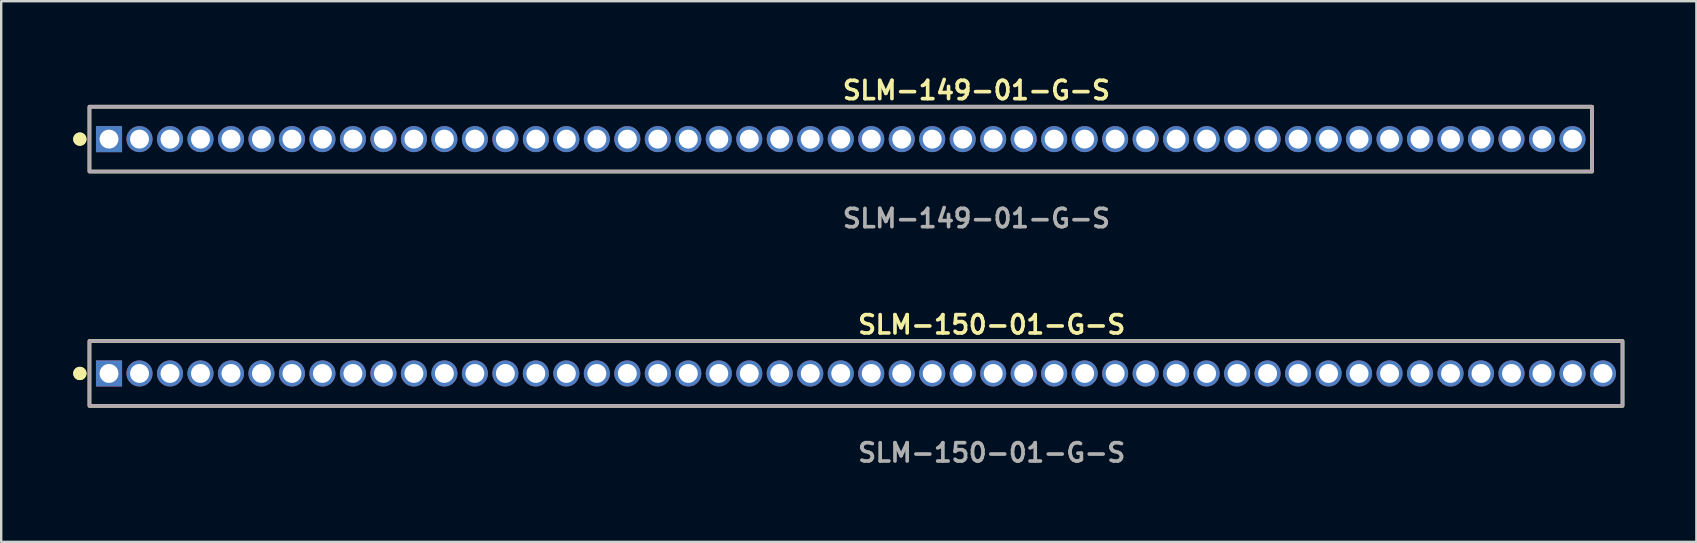
<source format=kicad_pcb>
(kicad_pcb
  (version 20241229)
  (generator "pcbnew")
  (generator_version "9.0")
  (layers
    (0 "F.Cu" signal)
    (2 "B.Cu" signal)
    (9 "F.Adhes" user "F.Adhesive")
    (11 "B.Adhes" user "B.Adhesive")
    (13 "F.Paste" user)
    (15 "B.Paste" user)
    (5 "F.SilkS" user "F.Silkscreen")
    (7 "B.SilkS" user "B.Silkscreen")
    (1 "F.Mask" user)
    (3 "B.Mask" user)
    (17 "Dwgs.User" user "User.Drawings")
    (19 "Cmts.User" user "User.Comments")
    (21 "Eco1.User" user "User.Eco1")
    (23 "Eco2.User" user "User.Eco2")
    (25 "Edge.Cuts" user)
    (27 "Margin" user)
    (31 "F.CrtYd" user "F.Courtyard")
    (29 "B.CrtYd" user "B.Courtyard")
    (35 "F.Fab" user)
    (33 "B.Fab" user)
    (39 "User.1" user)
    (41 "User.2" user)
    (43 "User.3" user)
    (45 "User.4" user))
  (footprint "SLM-149-01-G-S"
    (layer "F.Cu")
    (at 31.971 2.745)
    (property "Reference" "SLM-149-01-G-S" (at 0 -2.032 0) (unlocked yes) (layer "F.SilkS") (effects (font (size 0.762 0.762) (thickness 0.152)) (justify left)))
    (fp_rect (start -31.295 1.35) (end 31.295 -1.35) (stroke (width 0.152) (type solid)) (fill no) (layer "F.SilkS"))
    (fp_circle (center -31.695 0) (end -31.895 0) (stroke (width 0.152) (type solid)) (fill yes) (layer "F.SilkS"))
    (fp_circle (center -31.695 0) (end -31.895 0) (stroke (width 0.152) (type solid)) (fill yes) (layer "F.SilkS"))
    (fp_rect (start -31.295 1.35) (end 31.295 -1.35) (stroke (width 0.006) (type solid)) (fill no) (layer "F.CrtYd"))
    (fp_rect (start -31.295 1.35) (end 31.295 -1.35) (stroke (width 0.152) (type solid)) (fill no) (layer "F.Fab"))
    (fp_text user "${REFERENCE}" (at 0 3.302 0) (unlocked yes) (layer "F.Fab") (effects (font (size 0.762 0.762) (thickness 0.152)) (justify left)))
    (pad "1" thru_hole rect (at -30.48 0) (size 1.087 1.087) (drill 0.787) (layers "*.Cu" "*.Mask"))
    (pad "2" thru_hole circle (at -29.21 0) (size 1.087 1.087) (drill 0.787) (layers "*.Cu" "*.Mask"))
    (pad "3" thru_hole circle (at -27.94 0) (size 1.087 1.087) (drill 0.787) (layers "*.Cu" "*.Mask"))
    (pad "4" thru_hole circle (at -26.67 0) (size 1.087 1.087) (drill 0.787) (layers "*.Cu" "*.Mask"))
    (pad "5" thru_hole circle (at -25.4 0) (size 1.087 1.087) (drill 0.787) (layers "*.Cu" "*.Mask"))
    (pad "6" thru_hole circle (at -24.13 0) (size 1.087 1.087) (drill 0.787) (layers "*.Cu" "*.Mask"))
    (pad "7" thru_hole circle (at -22.86 0) (size 1.087 1.087) (drill 0.787) (layers "*.Cu" "*.Mask"))
    (pad "8" thru_hole circle (at -21.59 0) (size 1.087 1.087) (drill 0.787) (layers "*.Cu" "*.Mask"))
    (pad "9" thru_hole circle (at -20.32 0) (size 1.087 1.087) (drill 0.787) (layers "*.Cu" "*.Mask"))
    (pad "10" thru_hole circle (at -19.05 0) (size 1.087 1.087) (drill 0.787) (layers "*.Cu" "*.Mask"))
    (pad "11" thru_hole circle (at -17.78 0) (size 1.087 1.087) (drill 0.787) (layers "*.Cu" "*.Mask"))
    (pad "12" thru_hole circle (at -16.51 0) (size 1.087 1.087) (drill 0.787) (layers "*.Cu" "*.Mask"))
    (pad "13" thru_hole circle (at -15.24 0) (size 1.087 1.087) (drill 0.787) (layers "*.Cu" "*.Mask"))
    (pad "14" thru_hole circle (at -13.97 0) (size 1.087 1.087) (drill 0.787) (layers "*.Cu" "*.Mask"))
    (pad "15" thru_hole circle (at -12.7 0) (size 1.087 1.087) (drill 0.787) (layers "*.Cu" "*.Mask"))
    (pad "16" thru_hole circle (at -11.43 0) (size 1.087 1.087) (drill 0.787) (layers "*.Cu" "*.Mask"))
    (pad "17" thru_hole circle (at -10.16 0) (size 1.087 1.087) (drill 0.787) (layers "*.Cu" "*.Mask"))
    (pad "18" thru_hole circle (at -8.89 0) (size 1.087 1.087) (drill 0.787) (layers "*.Cu" "*.Mask"))
    (pad "19" thru_hole circle (at -7.62 0) (size 1.087 1.087) (drill 0.787) (layers "*.Cu" "*.Mask"))
    (pad "20" thru_hole circle (at -6.35 0) (size 1.087 1.087) (drill 0.787) (layers "*.Cu" "*.Mask"))
    (pad "21" thru_hole circle (at -5.08 0) (size 1.087 1.087) (drill 0.787) (layers "*.Cu" "*.Mask"))
    (pad "22" thru_hole circle (at -3.81 0) (size 1.087 1.087) (drill 0.787) (layers "*.Cu" "*.Mask"))
    (pad "23" thru_hole circle (at -2.54 0) (size 1.087 1.087) (drill 0.787) (layers "*.Cu" "*.Mask"))
    (pad "24" thru_hole circle (at -1.27 0) (size 1.087 1.087) (drill 0.787) (layers "*.Cu" "*.Mask"))
    (pad "25" thru_hole circle (at 0 0) (size 1.087 1.087) (drill 0.787) (layers "*.Cu" "*.Mask"))
    (pad "26" thru_hole circle (at 1.27 0) (size 1.087 1.087) (drill 0.787) (layers "*.Cu" "*.Mask"))
    (pad "27" thru_hole circle (at 2.54 0) (size 1.087 1.087) (drill 0.787) (layers "*.Cu" "*.Mask"))
    (pad "28" thru_hole circle (at 3.81 0) (size 1.087 1.087) (drill 0.787) (layers "*.Cu" "*.Mask"))
    (pad "29" thru_hole circle (at 5.08 0) (size 1.087 1.087) (drill 0.787) (layers "*.Cu" "*.Mask"))
    (pad "30" thru_hole circle (at 6.35 0) (size 1.087 1.087) (drill 0.787) (layers "*.Cu" "*.Mask"))
    (pad "31" thru_hole circle (at 7.62 0) (size 1.087 1.087) (drill 0.787) (layers "*.Cu" "*.Mask"))
    (pad "32" thru_hole circle (at 8.89 0) (size 1.087 1.087) (drill 0.787) (layers "*.Cu" "*.Mask"))
    (pad "33" thru_hole circle (at 10.16 0) (size 1.087 1.087) (drill 0.787) (layers "*.Cu" "*.Mask"))
    (pad "34" thru_hole circle (at 11.43 0) (size 1.087 1.087) (drill 0.787) (layers "*.Cu" "*.Mask"))
    (pad "35" thru_hole circle (at 12.7 0) (size 1.087 1.087) (drill 0.787) (layers "*.Cu" "*.Mask"))
    (pad "36" thru_hole circle (at 13.97 0) (size 1.087 1.087) (drill 0.787) (layers "*.Cu" "*.Mask"))
    (pad "37" thru_hole circle (at 15.24 0) (size 1.087 1.087) (drill 0.787) (layers "*.Cu" "*.Mask"))
    (pad "38" thru_hole circle (at 16.51 0) (size 1.087 1.087) (drill 0.787) (layers "*.Cu" "*.Mask"))
    (pad "39" thru_hole circle (at 17.78 0) (size 1.087 1.087) (drill 0.787) (layers "*.Cu" "*.Mask"))
    (pad "40" thru_hole circle (at 19.05 0) (size 1.087 1.087) (drill 0.787) (layers "*.Cu" "*.Mask"))
    (pad "41" thru_hole circle (at 20.32 0) (size 1.087 1.087) (drill 0.787) (layers "*.Cu" "*.Mask"))
    (pad "42" thru_hole circle (at 21.59 0) (size 1.087 1.087) (drill 0.787) (layers "*.Cu" "*.Mask"))
    (pad "43" thru_hole circle (at 22.86 0) (size 1.087 1.087) (drill 0.787) (layers "*.Cu" "*.Mask"))
    (pad "44" thru_hole circle (at 24.13 0) (size 1.087 1.087) (drill 0.787) (layers "*.Cu" "*.Mask"))
    (pad "45" thru_hole circle (at 25.4 0) (size 1.087 1.087) (drill 0.787) (layers "*.Cu" "*.Mask"))
    (pad "46" thru_hole circle (at 26.67 0) (size 1.087 1.087) (drill 0.787) (layers "*.Cu" "*.Mask"))
    (pad "47" thru_hole circle (at 27.94 0) (size 1.087 1.087) (drill 0.787) (layers "*.Cu" "*.Mask"))
    (pad "48" thru_hole circle (at 29.21 0) (size 1.087 1.087) (drill 0.787) (layers "*.Cu" "*.Mask"))
    (pad "49" thru_hole circle (at 30.48 0) (size 1.087 1.087) (drill 0.787) (layers "*.Cu" "*.Mask")))
  (footprint "SLM-150-01-G-S"
    (layer "F.Cu")
    (at 32.606 12.506)
    (property "Reference" "SLM-150-01-G-S" (at 0 -2.032 0) (unlocked yes) (layer "F.SilkS") (effects (font (size 0.762 0.762) (thickness 0.152)) (justify left)))
    (fp_rect (start -31.93 1.35) (end 31.93 -1.35) (stroke (width 0.152) (type solid)) (fill no) (layer "F.SilkS"))
    (fp_circle (center -32.33 0) (end -32.53 0) (stroke (width 0.152) (type solid)) (fill yes) (layer "F.SilkS"))
    (fp_circle (center -32.33 0) (end -32.53 0) (stroke (width 0.152) (type solid)) (fill yes) (layer "F.SilkS"))
    (fp_rect (start -31.93 1.35) (end 31.93 -1.35) (stroke (width 0.006) (type solid)) (fill no) (layer "F.CrtYd"))
    (fp_rect (start -31.93 1.35) (end 31.93 -1.35) (stroke (width 0.152) (type solid)) (fill no) (layer "F.Fab"))
    (fp_text user "${REFERENCE}" (at 0 3.302 0) (unlocked yes) (layer "F.Fab") (effects (font (size 0.762 0.762) (thickness 0.152)) (justify left)))
    (pad "1" thru_hole rect (at -31.115 0) (size 1.087 1.087) (drill 0.787) (layers "*.Cu" "*.Mask"))
    (pad "2" thru_hole circle (at -29.845 0) (size 1.087 1.087) (drill 0.787) (layers "*.Cu" "*.Mask"))
    (pad "3" thru_hole circle (at -28.575 0) (size 1.087 1.087) (drill 0.787) (layers "*.Cu" "*.Mask"))
    (pad "4" thru_hole circle (at -27.305 0) (size 1.087 1.087) (drill 0.787) (layers "*.Cu" "*.Mask"))
    (pad "5" thru_hole circle (at -26.035 0) (size 1.087 1.087) (drill 0.787) (layers "*.Cu" "*.Mask"))
    (pad "6" thru_hole circle (at -24.765 0) (size 1.087 1.087) (drill 0.787) (layers "*.Cu" "*.Mask"))
    (pad "7" thru_hole circle (at -23.495 0) (size 1.087 1.087) (drill 0.787) (layers "*.Cu" "*.Mask"))
    (pad "8" thru_hole circle (at -22.225 0) (size 1.087 1.087) (drill 0.787) (layers "*.Cu" "*.Mask"))
    (pad "9" thru_hole circle (at -20.955 0) (size 1.087 1.087) (drill 0.787) (layers "*.Cu" "*.Mask"))
    (pad "10" thru_hole circle (at -19.685 0) (size 1.087 1.087) (drill 0.787) (layers "*.Cu" "*.Mask"))
    (pad "11" thru_hole circle (at -18.415 0) (size 1.087 1.087) (drill 0.787) (layers "*.Cu" "*.Mask"))
    (pad "12" thru_hole circle (at -17.145 0) (size 1.087 1.087) (drill 0.787) (layers "*.Cu" "*.Mask"))
    (pad "13" thru_hole circle (at -15.875 0) (size 1.087 1.087) (drill 0.787) (layers "*.Cu" "*.Mask"))
    (pad "14" thru_hole circle (at -14.605 0) (size 1.087 1.087) (drill 0.787) (layers "*.Cu" "*.Mask"))
    (pad "15" thru_hole circle (at -13.335 0) (size 1.087 1.087) (drill 0.787) (layers "*.Cu" "*.Mask"))
    (pad "16" thru_hole circle (at -12.065 0) (size 1.087 1.087) (drill 0.787) (layers "*.Cu" "*.Mask"))
    (pad "17" thru_hole circle (at -10.795 0) (size 1.087 1.087) (drill 0.787) (layers "*.Cu" "*.Mask"))
    (pad "18" thru_hole circle (at -9.525 0) (size 1.087 1.087) (drill 0.787) (layers "*.Cu" "*.Mask"))
    (pad "19" thru_hole circle (at -8.255 0) (size 1.087 1.087) (drill 0.787) (layers "*.Cu" "*.Mask"))
    (pad "20" thru_hole circle (at -6.985 0) (size 1.087 1.087) (drill 0.787) (layers "*.Cu" "*.Mask"))
    (pad "21" thru_hole circle (at -5.715 0) (size 1.087 1.087) (drill 0.787) (layers "*.Cu" "*.Mask"))
    (pad "22" thru_hole circle (at -4.445 0) (size 1.087 1.087) (drill 0.787) (layers "*.Cu" "*.Mask"))
    (pad "23" thru_hole circle (at -3.175 0) (size 1.087 1.087) (drill 0.787) (layers "*.Cu" "*.Mask"))
    (pad "24" thru_hole circle (at -1.905 0) (size 1.087 1.087) (drill 0.787) (layers "*.Cu" "*.Mask"))
    (pad "25" thru_hole circle (at -0.635 0) (size 1.087 1.087) (drill 0.787) (layers "*.Cu" "*.Mask"))
    (pad "26" thru_hole circle (at 0.635 0) (size 1.087 1.087) (drill 0.787) (layers "*.Cu" "*.Mask"))
    (pad "27" thru_hole circle (at 1.905 0) (size 1.087 1.087) (drill 0.787) (layers "*.Cu" "*.Mask"))
    (pad "28" thru_hole circle (at 3.175 0) (size 1.087 1.087) (drill 0.787) (layers "*.Cu" "*.Mask"))
    (pad "29" thru_hole circle (at 4.445 0) (size 1.087 1.087) (drill 0.787) (layers "*.Cu" "*.Mask"))
    (pad "30" thru_hole circle (at 5.715 0) (size 1.087 1.087) (drill 0.787) (layers "*.Cu" "*.Mask"))
    (pad "31" thru_hole circle (at 6.985 0) (size 1.087 1.087) (drill 0.787) (layers "*.Cu" "*.Mask"))
    (pad "32" thru_hole circle (at 8.255 0) (size 1.087 1.087) (drill 0.787) (layers "*.Cu" "*.Mask"))
    (pad "33" thru_hole circle (at 9.525 0) (size 1.087 1.087) (drill 0.787) (layers "*.Cu" "*.Mask"))
    (pad "34" thru_hole circle (at 10.795 0) (size 1.087 1.087) (drill 0.787) (layers "*.Cu" "*.Mask"))
    (pad "35" thru_hole circle (at 12.065 0) (size 1.087 1.087) (drill 0.787) (layers "*.Cu" "*.Mask"))
    (pad "36" thru_hole circle (at 13.335 0) (size 1.087 1.087) (drill 0.787) (layers "*.Cu" "*.Mask"))
    (pad "37" thru_hole circle (at 14.605 0) (size 1.087 1.087) (drill 0.787) (layers "*.Cu" "*.Mask"))
    (pad "38" thru_hole circle (at 15.875 0) (size 1.087 1.087) (drill 0.787) (layers "*.Cu" "*.Mask"))
    (pad "39" thru_hole circle (at 17.145 0) (size 1.087 1.087) (drill 0.787) (layers "*.Cu" "*.Mask"))
    (pad "40" thru_hole circle (at 18.415 0) (size 1.087 1.087) (drill 0.787) (layers "*.Cu" "*.Mask"))
    (pad "41" thru_hole circle (at 19.685 0) (size 1.087 1.087) (drill 0.787) (layers "*.Cu" "*.Mask"))
    (pad "42" thru_hole circle (at 20.955 0) (size 1.087 1.087) (drill 0.787) (layers "*.Cu" "*.Mask"))
    (pad "43" thru_hole circle (at 22.225 0) (size 1.087 1.087) (drill 0.787) (layers "*.Cu" "*.Mask"))
    (pad "44" thru_hole circle (at 23.495 0) (size 1.087 1.087) (drill 0.787) (layers "*.Cu" "*.Mask"))
    (pad "45" thru_hole circle (at 24.765 0) (size 1.087 1.087) (drill 0.787) (layers "*.Cu" "*.Mask"))
    (pad "46" thru_hole circle (at 26.035 0) (size 1.087 1.087) (drill 0.787) (layers "*.Cu" "*.Mask"))
    (pad "47" thru_hole circle (at 27.305 0) (size 1.087 1.087) (drill 0.787) (layers "*.Cu" "*.Mask"))
    (pad "48" thru_hole circle (at 28.575 0) (size 1.087 1.087) (drill 0.787) (layers "*.Cu" "*.Mask"))
    (pad "49" thru_hole circle (at 29.845 0) (size 1.087 1.087) (drill 0.787) (layers "*.Cu" "*.Mask"))
    (pad "50" thru_hole circle (at 31.115 0) (size 1.087 1.087) (drill 0.787) (layers "*.Cu" "*.Mask")))
  (gr_rect
    (start -3 -3)
    (end 67.612 19.521)
    (stroke (width 0.1) (type default))
    (fill no)
    (layer "Edge.Cuts")))
</source>
